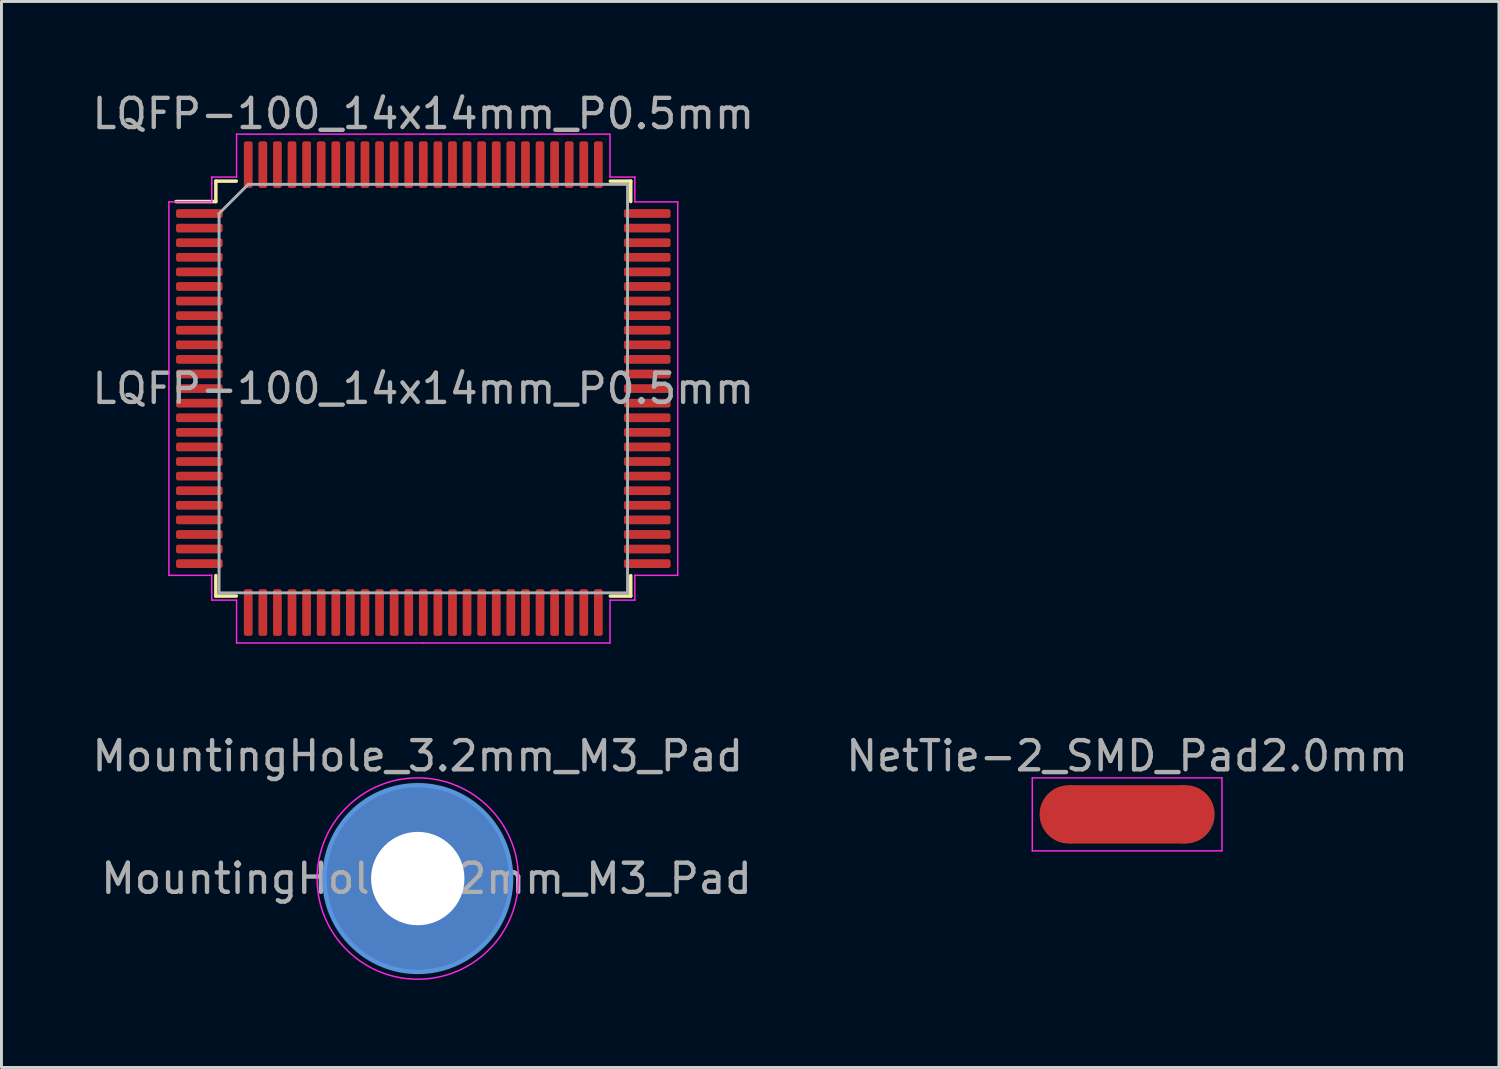
<source format=kicad_pcb>
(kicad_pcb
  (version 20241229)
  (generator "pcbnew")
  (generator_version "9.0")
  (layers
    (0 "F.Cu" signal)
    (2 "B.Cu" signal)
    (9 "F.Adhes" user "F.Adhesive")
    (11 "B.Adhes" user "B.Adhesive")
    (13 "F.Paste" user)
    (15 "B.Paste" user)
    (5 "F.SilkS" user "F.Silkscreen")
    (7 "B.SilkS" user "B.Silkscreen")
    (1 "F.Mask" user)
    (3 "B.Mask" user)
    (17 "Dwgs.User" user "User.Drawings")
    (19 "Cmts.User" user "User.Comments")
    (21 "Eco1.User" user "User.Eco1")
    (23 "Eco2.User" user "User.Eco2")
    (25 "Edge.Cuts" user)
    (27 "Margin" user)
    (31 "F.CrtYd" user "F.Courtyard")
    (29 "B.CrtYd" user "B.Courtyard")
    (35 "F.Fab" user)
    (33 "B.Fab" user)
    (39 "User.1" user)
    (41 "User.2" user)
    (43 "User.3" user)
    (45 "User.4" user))
  (footprint "NetTie-2_SMD_Pad2.0mm"
    (layer "F.Cu")
    (at 35.58 24.861)
    (property "Reference" "NetTie-2_SMD_Pad2.0mm" (at 0 -2 180) (layer "F.Fab") (effects (font (size 1 1) (thickness 0.15))))
    (attr exclude_from_pos_files exclude_from_bom)
    (fp_poly (pts (xy -2 -1) (xy 2 -1) (xy 2 1) (xy -2 1)) (stroke (width 0) (type solid)) (fill yes) (layer "F.Cu"))
    (fp_line (start -3.25 -1.25) (end 3.25 -1.25) (stroke (width 0.05) (type solid)) (layer "F.CrtYd"))
    (fp_line (start -3.25 1.25) (end -3.25 -1.25) (stroke (width 0.05) (type solid)) (layer "F.CrtYd"))
    (fp_line (start 3.25 -1.25) (end 3.25 1.25) (stroke (width 0.05) (type solid)) (layer "F.CrtYd"))
    (fp_line (start 3.25 1.25) (end -3.25 1.25) (stroke (width 0.05) (type solid)) (layer "F.CrtYd"))
    (pad "1" smd circle (at -2 0) (size 2 2) (layers "F.Cu"))
    (pad "2" smd circle (at 2 0) (size 2 2) (layers "F.Cu")))
  (footprint "MountingHole_3.2mm_M3_Pad"
    (layer "F.Cu")
    (at 11.268 27.061)
    (property "Reference" "MountingHole_3.2mm_M3_Pad" (at 0 -4.2 0) (layer "F.Fab") (effects (font (size 1 1) (thickness 0.15))))
    (attr exclude_from_pos_files exclude_from_bom)
    (fp_circle (center 0 0) (end 3.2 0) (stroke (width 0.15) (type solid)) (fill no) (layer "Cmts.User"))
    (fp_circle (center 0 0) (end 3.45 0) (stroke (width 0.05) (type solid)) (fill no) (layer "F.CrtYd"))
    (fp_text user "${REFERENCE}" (at 0.3 0 0) (layer "F.Fab") (effects (font (size 1 1) (thickness 0.15))))
    (pad "1" thru_hole circle (at 0 0) (size 6.4 6.4) (drill 3.2) (layers "*.Cu" "*.Mask")))
  (footprint "LQFP-100_14x14mm_P0.5mm"
    (layer "F.Cu")
    (at 11.458 10.268)
    (property "Reference" "LQFP-100_14x14mm_P0.5mm" (at 0 -9.42 0) (layer "F.Fab") (effects (font (size 1 1) (thickness 0.15))))
    (attr smd)
    (fp_line (start -7.11 -7.11) (end -7.11 -6.41) (stroke (width 0.12) (type solid)) (layer "F.SilkS"))
    (fp_line (start -7.11 -6.41) (end -8.475 -6.41) (stroke (width 0.12) (type solid)) (layer "F.SilkS"))
    (fp_line (start -7.11 7.11) (end -7.11 6.41) (stroke (width 0.12) (type solid)) (layer "F.SilkS"))
    (fp_line (start -6.41 -7.11) (end -7.11 -7.11) (stroke (width 0.12) (type solid)) (layer "F.SilkS"))
    (fp_line (start -6.41 7.11) (end -7.11 7.11) (stroke (width 0.12) (type solid)) (layer "F.SilkS"))
    (fp_line (start 6.41 -7.11) (end 7.11 -7.11) (stroke (width 0.12) (type solid)) (layer "F.SilkS"))
    (fp_line (start 6.41 7.11) (end 7.11 7.11) (stroke (width 0.12) (type solid)) (layer "F.SilkS"))
    (fp_line (start 7.11 -7.11) (end 7.11 -6.41) (stroke (width 0.12) (type solid)) (layer "F.SilkS"))
    (fp_line (start 7.11 7.11) (end 7.11 6.41) (stroke (width 0.12) (type solid)) (layer "F.SilkS"))
    (fp_line (start -8.72 -6.4) (end -8.72 0) (stroke (width 0.05) (type solid)) (layer "F.CrtYd"))
    (fp_line (start -8.72 6.4) (end -8.72 0) (stroke (width 0.05) (type solid)) (layer "F.CrtYd"))
    (fp_line (start -7.25 -7.25) (end -7.25 -6.4) (stroke (width 0.05) (type solid)) (layer "F.CrtYd"))
    (fp_line (start -7.25 -6.4) (end -8.72 -6.4) (stroke (width 0.05) (type solid)) (layer "F.CrtYd"))
    (fp_line (start -7.25 6.4) (end -8.72 6.4) (stroke (width 0.05) (type solid)) (layer "F.CrtYd"))
    (fp_line (start -7.25 7.25) (end -7.25 6.4) (stroke (width 0.05) (type solid)) (layer "F.CrtYd"))
    (fp_line (start -6.4 -8.72) (end -6.4 -7.25) (stroke (width 0.05) (type solid)) (layer "F.CrtYd"))
    (fp_line (start -6.4 -7.25) (end -7.25 -7.25) (stroke (width 0.05) (type solid)) (layer "F.CrtYd"))
    (fp_line (start -6.4 7.25) (end -7.25 7.25) (stroke (width 0.05) (type solid)) (layer "F.CrtYd"))
    (fp_line (start -6.4 8.72) (end -6.4 7.25) (stroke (width 0.05) (type solid)) (layer "F.CrtYd"))
    (fp_line (start 0 -8.72) (end -6.4 -8.72) (stroke (width 0.05) (type solid)) (layer "F.CrtYd"))
    (fp_line (start 0 -8.72) (end 6.4 -8.72) (stroke (width 0.05) (type solid)) (layer "F.CrtYd"))
    (fp_line (start 0 8.72) (end -6.4 8.72) (stroke (width 0.05) (type solid)) (layer "F.CrtYd"))
    (fp_line (start 0 8.72) (end 6.4 8.72) (stroke (width 0.05) (type solid)) (layer "F.CrtYd"))
    (fp_line (start 6.4 -8.72) (end 6.4 -7.25) (stroke (width 0.05) (type solid)) (layer "F.CrtYd"))
    (fp_line (start 6.4 -7.25) (end 7.25 -7.25) (stroke (width 0.05) (type solid)) (layer "F.CrtYd"))
    (fp_line (start 6.4 7.25) (end 7.25 7.25) (stroke (width 0.05) (type solid)) (layer "F.CrtYd"))
    (fp_line (start 6.4 8.72) (end 6.4 7.25) (stroke (width 0.05) (type solid)) (layer "F.CrtYd"))
    (fp_line (start 7.25 -7.25) (end 7.25 -6.4) (stroke (width 0.05) (type solid)) (layer "F.CrtYd"))
    (fp_line (start 7.25 -6.4) (end 8.72 -6.4) (stroke (width 0.05) (type solid)) (layer "F.CrtYd"))
    (fp_line (start 7.25 6.4) (end 8.72 6.4) (stroke (width 0.05) (type solid)) (layer "F.CrtYd"))
    (fp_line (start 7.25 7.25) (end 7.25 6.4) (stroke (width 0.05) (type solid)) (layer "F.CrtYd"))
    (fp_line (start 8.72 -6.4) (end 8.72 0) (stroke (width 0.05) (type solid)) (layer "F.CrtYd"))
    (fp_line (start 8.72 6.4) (end 8.72 0) (stroke (width 0.05) (type solid)) (layer "F.CrtYd"))
    (fp_line (start -7 -6) (end -6 -7) (stroke (width 0.1) (type solid)) (layer "F.Fab"))
    (fp_line (start -7 7) (end -7 -6) (stroke (width 0.1) (type solid)) (layer "F.Fab"))
    (fp_line (start -6 -7) (end 7 -7) (stroke (width 0.1) (type solid)) (layer "F.Fab"))
    (fp_line (start 7 -7) (end 7 7) (stroke (width 0.1) (type solid)) (layer "F.Fab"))
    (fp_line (start 7 7) (end -7 7) (stroke (width 0.1) (type solid)) (layer "F.Fab"))
    (fp_text user "${REFERENCE}" (at 0 0 0) (layer "F.Fab") (effects (font (size 1 1) (thickness 0.15))))
    (pad "1" smd roundrect (at -7.675 -6) (size 1.6 0.3) (layers "F.Cu" "F.Mask" "F.Paste") (roundrect_rratio 0.25))
    (pad "2" smd roundrect (at -7.675 -5.5) (size 1.6 0.3) (layers "F.Cu" "F.Mask" "F.Paste") (roundrect_rratio 0.25))
    (pad "3" smd roundrect (at -7.675 -5) (size 1.6 0.3) (layers "F.Cu" "F.Mask" "F.Paste") (roundrect_rratio 0.25))
    (pad "4" smd roundrect (at -7.675 -4.5) (size 1.6 0.3) (layers "F.Cu" "F.Mask" "F.Paste") (roundrect_rratio 0.25))
    (pad "5" smd roundrect (at -7.675 -4) (size 1.6 0.3) (layers "F.Cu" "F.Mask" "F.Paste") (roundrect_rratio 0.25))
    (pad "6" smd roundrect (at -7.675 -3.5) (size 1.6 0.3) (layers "F.Cu" "F.Mask" "F.Paste") (roundrect_rratio 0.25))
    (pad "7" smd roundrect (at -7.675 -3) (size 1.6 0.3) (layers "F.Cu" "F.Mask" "F.Paste") (roundrect_rratio 0.25))
    (pad "8" smd roundrect (at -7.675 -2.5) (size 1.6 0.3) (layers "F.Cu" "F.Mask" "F.Paste") (roundrect_rratio 0.25))
    (pad "9" smd roundrect (at -7.675 -2) (size 1.6 0.3) (layers "F.Cu" "F.Mask" "F.Paste") (roundrect_rratio 0.25))
    (pad "10" smd roundrect (at -7.675 -1.5) (size 1.6 0.3) (layers "F.Cu" "F.Mask" "F.Paste") (roundrect_rratio 0.25))
    (pad "11" smd roundrect (at -7.675 -1) (size 1.6 0.3) (layers "F.Cu" "F.Mask" "F.Paste") (roundrect_rratio 0.25))
    (pad "12" smd roundrect (at -7.675 -0.5) (size 1.6 0.3) (layers "F.Cu" "F.Mask" "F.Paste") (roundrect_rratio 0.25))
    (pad "13" smd roundrect (at -7.675 0) (size 1.6 0.3) (layers "F.Cu" "F.Mask" "F.Paste") (roundrect_rratio 0.25))
    (pad "14" smd roundrect (at -7.675 0.5) (size 1.6 0.3) (layers "F.Cu" "F.Mask" "F.Paste") (roundrect_rratio 0.25))
    (pad "15" smd roundrect (at -7.675 1) (size 1.6 0.3) (layers "F.Cu" "F.Mask" "F.Paste") (roundrect_rratio 0.25))
    (pad "16" smd roundrect (at -7.675 1.5) (size 1.6 0.3) (layers "F.Cu" "F.Mask" "F.Paste") (roundrect_rratio 0.25))
    (pad "17" smd roundrect (at -7.675 2) (size 1.6 0.3) (layers "F.Cu" "F.Mask" "F.Paste") (roundrect_rratio 0.25))
    (pad "18" smd roundrect (at -7.675 2.5) (size 1.6 0.3) (layers "F.Cu" "F.Mask" "F.Paste") (roundrect_rratio 0.25))
    (pad "19" smd roundrect (at -7.675 3) (size 1.6 0.3) (layers "F.Cu" "F.Mask" "F.Paste") (roundrect_rratio 0.25))
    (pad "20" smd roundrect (at -7.675 3.5) (size 1.6 0.3) (layers "F.Cu" "F.Mask" "F.Paste") (roundrect_rratio 0.25))
    (pad "21" smd roundrect (at -7.675 4) (size 1.6 0.3) (layers "F.Cu" "F.Mask" "F.Paste") (roundrect_rratio 0.25))
    (pad "22" smd roundrect (at -7.675 4.5) (size 1.6 0.3) (layers "F.Cu" "F.Mask" "F.Paste") (roundrect_rratio 0.25))
    (pad "23" smd roundrect (at -7.675 5) (size 1.6 0.3) (layers "F.Cu" "F.Mask" "F.Paste") (roundrect_rratio 0.25))
    (pad "24" smd roundrect (at -7.675 5.5) (size 1.6 0.3) (layers "F.Cu" "F.Mask" "F.Paste") (roundrect_rratio 0.25))
    (pad "25" smd roundrect (at -7.675 6) (size 1.6 0.3) (layers "F.Cu" "F.Mask" "F.Paste") (roundrect_rratio 0.25))
    (pad "26" smd roundrect (at -6 7.675) (size 0.3 1.6) (layers "F.Cu" "F.Mask" "F.Paste") (roundrect_rratio 0.25))
    (pad "27" smd roundrect (at -5.5 7.675) (size 0.3 1.6) (layers "F.Cu" "F.Mask" "F.Paste") (roundrect_rratio 0.25))
    (pad "28" smd roundrect (at -5 7.675) (size 0.3 1.6) (layers "F.Cu" "F.Mask" "F.Paste") (roundrect_rratio 0.25))
    (pad "29" smd roundrect (at -4.5 7.675) (size 0.3 1.6) (layers "F.Cu" "F.Mask" "F.Paste") (roundrect_rratio 0.25))
    (pad "30" smd roundrect (at -4 7.675) (size 0.3 1.6) (layers "F.Cu" "F.Mask" "F.Paste") (roundrect_rratio 0.25))
    (pad "31" smd roundrect (at -3.5 7.675) (size 0.3 1.6) (layers "F.Cu" "F.Mask" "F.Paste") (roundrect_rratio 0.25))
    (pad "32" smd roundrect (at -3 7.675) (size 0.3 1.6) (layers "F.Cu" "F.Mask" "F.Paste") (roundrect_rratio 0.25))
    (pad "33" smd roundrect (at -2.5 7.675) (size 0.3 1.6) (layers "F.Cu" "F.Mask" "F.Paste") (roundrect_rratio 0.25))
    (pad "34" smd roundrect (at -2 7.675) (size 0.3 1.6) (layers "F.Cu" "F.Mask" "F.Paste") (roundrect_rratio 0.25))
    (pad "35" smd roundrect (at -1.5 7.675) (size 0.3 1.6) (layers "F.Cu" "F.Mask" "F.Paste") (roundrect_rratio 0.25))
    (pad "36" smd roundrect (at -1 7.675) (size 0.3 1.6) (layers "F.Cu" "F.Mask" "F.Paste") (roundrect_rratio 0.25))
    (pad "37" smd roundrect (at -0.5 7.675) (size 0.3 1.6) (layers "F.Cu" "F.Mask" "F.Paste") (roundrect_rratio 0.25))
    (pad "38" smd roundrect (at 0 7.675) (size 0.3 1.6) (layers "F.Cu" "F.Mask" "F.Paste") (roundrect_rratio 0.25))
    (pad "39" smd roundrect (at 0.5 7.675) (size 0.3 1.6) (layers "F.Cu" "F.Mask" "F.Paste") (roundrect_rratio 0.25))
    (pad "40" smd roundrect (at 1 7.675) (size 0.3 1.6) (layers "F.Cu" "F.Mask" "F.Paste") (roundrect_rratio 0.25))
    (pad "41" smd roundrect (at 1.5 7.675) (size 0.3 1.6) (layers "F.Cu" "F.Mask" "F.Paste") (roundrect_rratio 0.25))
    (pad "42" smd roundrect (at 2 7.675) (size 0.3 1.6) (layers "F.Cu" "F.Mask" "F.Paste") (roundrect_rratio 0.25))
    (pad "43" smd roundrect (at 2.5 7.675) (size 0.3 1.6) (layers "F.Cu" "F.Mask" "F.Paste") (roundrect_rratio 0.25))
    (pad "44" smd roundrect (at 3 7.675) (size 0.3 1.6) (layers "F.Cu" "F.Mask" "F.Paste") (roundrect_rratio 0.25))
    (pad "45" smd roundrect (at 3.5 7.675) (size 0.3 1.6) (layers "F.Cu" "F.Mask" "F.Paste") (roundrect_rratio 0.25))
    (pad "46" smd roundrect (at 4 7.675) (size 0.3 1.6) (layers "F.Cu" "F.Mask" "F.Paste") (roundrect_rratio 0.25))
    (pad "47" smd roundrect (at 4.5 7.675) (size 0.3 1.6) (layers "F.Cu" "F.Mask" "F.Paste") (roundrect_rratio 0.25))
    (pad "48" smd roundrect (at 5 7.675) (size 0.3 1.6) (layers "F.Cu" "F.Mask" "F.Paste") (roundrect_rratio 0.25))
    (pad "49" smd roundrect (at 5.5 7.675) (size 0.3 1.6) (layers "F.Cu" "F.Mask" "F.Paste") (roundrect_rratio 0.25))
    (pad "50" smd roundrect (at 6 7.675) (size 0.3 1.6) (layers "F.Cu" "F.Mask" "F.Paste") (roundrect_rratio 0.25))
    (pad "51" smd roundrect (at 7.675 6) (size 1.6 0.3) (layers "F.Cu" "F.Mask" "F.Paste") (roundrect_rratio 0.25))
    (pad "52" smd roundrect (at 7.675 5.5) (size 1.6 0.3) (layers "F.Cu" "F.Mask" "F.Paste") (roundrect_rratio 0.25))
    (pad "53" smd roundrect (at 7.675 5) (size 1.6 0.3) (layers "F.Cu" "F.Mask" "F.Paste") (roundrect_rratio 0.25))
    (pad "54" smd roundrect (at 7.675 4.5) (size 1.6 0.3) (layers "F.Cu" "F.Mask" "F.Paste") (roundrect_rratio 0.25))
    (pad "55" smd roundrect (at 7.675 4) (size 1.6 0.3) (layers "F.Cu" "F.Mask" "F.Paste") (roundrect_rratio 0.25))
    (pad "56" smd roundrect (at 7.675 3.5) (size 1.6 0.3) (layers "F.Cu" "F.Mask" "F.Paste") (roundrect_rratio 0.25))
    (pad "57" smd roundrect (at 7.675 3) (size 1.6 0.3) (layers "F.Cu" "F.Mask" "F.Paste") (roundrect_rratio 0.25))
    (pad "58" smd roundrect (at 7.675 2.5) (size 1.6 0.3) (layers "F.Cu" "F.Mask" "F.Paste") (roundrect_rratio 0.25))
    (pad "59" smd roundrect (at 7.675 2) (size 1.6 0.3) (layers "F.Cu" "F.Mask" "F.Paste") (roundrect_rratio 0.25))
    (pad "60" smd roundrect (at 7.675 1.5) (size 1.6 0.3) (layers "F.Cu" "F.Mask" "F.Paste") (roundrect_rratio 0.25))
    (pad "61" smd roundrect (at 7.675 1) (size 1.6 0.3) (layers "F.Cu" "F.Mask" "F.Paste") (roundrect_rratio 0.25))
    (pad "62" smd roundrect (at 7.675 0.5) (size 1.6 0.3) (layers "F.Cu" "F.Mask" "F.Paste") (roundrect_rratio 0.25))
    (pad "63" smd roundrect (at 7.675 0) (size 1.6 0.3) (layers "F.Cu" "F.Mask" "F.Paste") (roundrect_rratio 0.25))
    (pad "64" smd roundrect (at 7.675 -0.5) (size 1.6 0.3) (layers "F.Cu" "F.Mask" "F.Paste") (roundrect_rratio 0.25))
    (pad "65" smd roundrect (at 7.675 -1) (size 1.6 0.3) (layers "F.Cu" "F.Mask" "F.Paste") (roundrect_rratio 0.25))
    (pad "66" smd roundrect (at 7.675 -1.5) (size 1.6 0.3) (layers "F.Cu" "F.Mask" "F.Paste") (roundrect_rratio 0.25))
    (pad "67" smd roundrect (at 7.675 -2) (size 1.6 0.3) (layers "F.Cu" "F.Mask" "F.Paste") (roundrect_rratio 0.25))
    (pad "68" smd roundrect (at 7.675 -2.5) (size 1.6 0.3) (layers "F.Cu" "F.Mask" "F.Paste") (roundrect_rratio 0.25))
    (pad "69" smd roundrect (at 7.675 -3) (size 1.6 0.3) (layers "F.Cu" "F.Mask" "F.Paste") (roundrect_rratio 0.25))
    (pad "70" smd roundrect (at 7.675 -3.5) (size 1.6 0.3) (layers "F.Cu" "F.Mask" "F.Paste") (roundrect_rratio 0.25))
    (pad "71" smd roundrect (at 7.675 -4) (size 1.6 0.3) (layers "F.Cu" "F.Mask" "F.Paste") (roundrect_rratio 0.25))
    (pad "72" smd roundrect (at 7.675 -4.5) (size 1.6 0.3) (layers "F.Cu" "F.Mask" "F.Paste") (roundrect_rratio 0.25))
    (pad "73" smd roundrect (at 7.675 -5) (size 1.6 0.3) (layers "F.Cu" "F.Mask" "F.Paste") (roundrect_rratio 0.25))
    (pad "74" smd roundrect (at 7.675 -5.5) (size 1.6 0.3) (layers "F.Cu" "F.Mask" "F.Paste") (roundrect_rratio 0.25))
    (pad "75" smd roundrect (at 7.675 -6) (size 1.6 0.3) (layers "F.Cu" "F.Mask" "F.Paste") (roundrect_rratio 0.25))
    (pad "76" smd roundrect (at 6 -7.675) (size 0.3 1.6) (layers "F.Cu" "F.Mask" "F.Paste") (roundrect_rratio 0.25))
    (pad "77" smd roundrect (at 5.5 -7.675) (size 0.3 1.6) (layers "F.Cu" "F.Mask" "F.Paste") (roundrect_rratio 0.25))
    (pad "78" smd roundrect (at 5 -7.675) (size 0.3 1.6) (layers "F.Cu" "F.Mask" "F.Paste") (roundrect_rratio 0.25))
    (pad "79" smd roundrect (at 4.5 -7.675) (size 0.3 1.6) (layers "F.Cu" "F.Mask" "F.Paste") (roundrect_rratio 0.25))
    (pad "80" smd roundrect (at 4 -7.675) (size 0.3 1.6) (layers "F.Cu" "F.Mask" "F.Paste") (roundrect_rratio 0.25))
    (pad "81" smd roundrect (at 3.5 -7.675) (size 0.3 1.6) (layers "F.Cu" "F.Mask" "F.Paste") (roundrect_rratio 0.25))
    (pad "82" smd roundrect (at 3 -7.675) (size 0.3 1.6) (layers "F.Cu" "F.Mask" "F.Paste") (roundrect_rratio 0.25))
    (pad "83" smd roundrect (at 2.5 -7.675) (size 0.3 1.6) (layers "F.Cu" "F.Mask" "F.Paste") (roundrect_rratio 0.25))
    (pad "84" smd roundrect (at 2 -7.675) (size 0.3 1.6) (layers "F.Cu" "F.Mask" "F.Paste") (roundrect_rratio 0.25))
    (pad "85" smd roundrect (at 1.5 -7.675) (size 0.3 1.6) (layers "F.Cu" "F.Mask" "F.Paste") (roundrect_rratio 0.25))
    (pad "86" smd roundrect (at 1 -7.675) (size 0.3 1.6) (layers "F.Cu" "F.Mask" "F.Paste") (roundrect_rratio 0.25))
    (pad "87" smd roundrect (at 0.5 -7.675) (size 0.3 1.6) (layers "F.Cu" "F.Mask" "F.Paste") (roundrect_rratio 0.25))
    (pad "88" smd roundrect (at 0 -7.675) (size 0.3 1.6) (layers "F.Cu" "F.Mask" "F.Paste") (roundrect_rratio 0.25))
    (pad "89" smd roundrect (at -0.5 -7.675) (size 0.3 1.6) (layers "F.Cu" "F.Mask" "F.Paste") (roundrect_rratio 0.25))
    (pad "90" smd roundrect (at -1 -7.675) (size 0.3 1.6) (layers "F.Cu" "F.Mask" "F.Paste") (roundrect_rratio 0.25))
    (pad "91" smd roundrect (at -1.5 -7.675) (size 0.3 1.6) (layers "F.Cu" "F.Mask" "F.Paste") (roundrect_rratio 0.25))
    (pad "92" smd roundrect (at -2 -7.675) (size 0.3 1.6) (layers "F.Cu" "F.Mask" "F.Paste") (roundrect_rratio 0.25))
    (pad "93" smd roundrect (at -2.5 -7.675) (size 0.3 1.6) (layers "F.Cu" "F.Mask" "F.Paste") (roundrect_rratio 0.25))
    (pad "94" smd roundrect (at -3 -7.675) (size 0.3 1.6) (layers "F.Cu" "F.Mask" "F.Paste") (roundrect_rratio 0.25))
    (pad "95" smd roundrect (at -3.5 -7.675) (size 0.3 1.6) (layers "F.Cu" "F.Mask" "F.Paste") (roundrect_rratio 0.25))
    (pad "96" smd roundrect (at -4 -7.675) (size 0.3 1.6) (layers "F.Cu" "F.Mask" "F.Paste") (roundrect_rratio 0.25))
    (pad "97" smd roundrect (at -4.5 -7.675) (size 0.3 1.6) (layers "F.Cu" "F.Mask" "F.Paste") (roundrect_rratio 0.25))
    (pad "98" smd roundrect (at -5 -7.675) (size 0.3 1.6) (layers "F.Cu" "F.Mask" "F.Paste") (roundrect_rratio 0.25))
    (pad "99" smd roundrect (at -5.5 -7.675) (size 0.3 1.6) (layers "F.Cu" "F.Mask" "F.Paste") (roundrect_rratio 0.25))
    (pad "100" smd roundrect (at -6 -7.675) (size 0.3 1.6) (layers "F.Cu" "F.Mask" "F.Paste") (roundrect_rratio 0.25)))
  (gr_rect
    (start -3 -3)
    (end 48.324 33.536)
    (stroke (width 0.1) (type default))
    (fill no)
    (layer "Edge.Cuts")))
</source>
